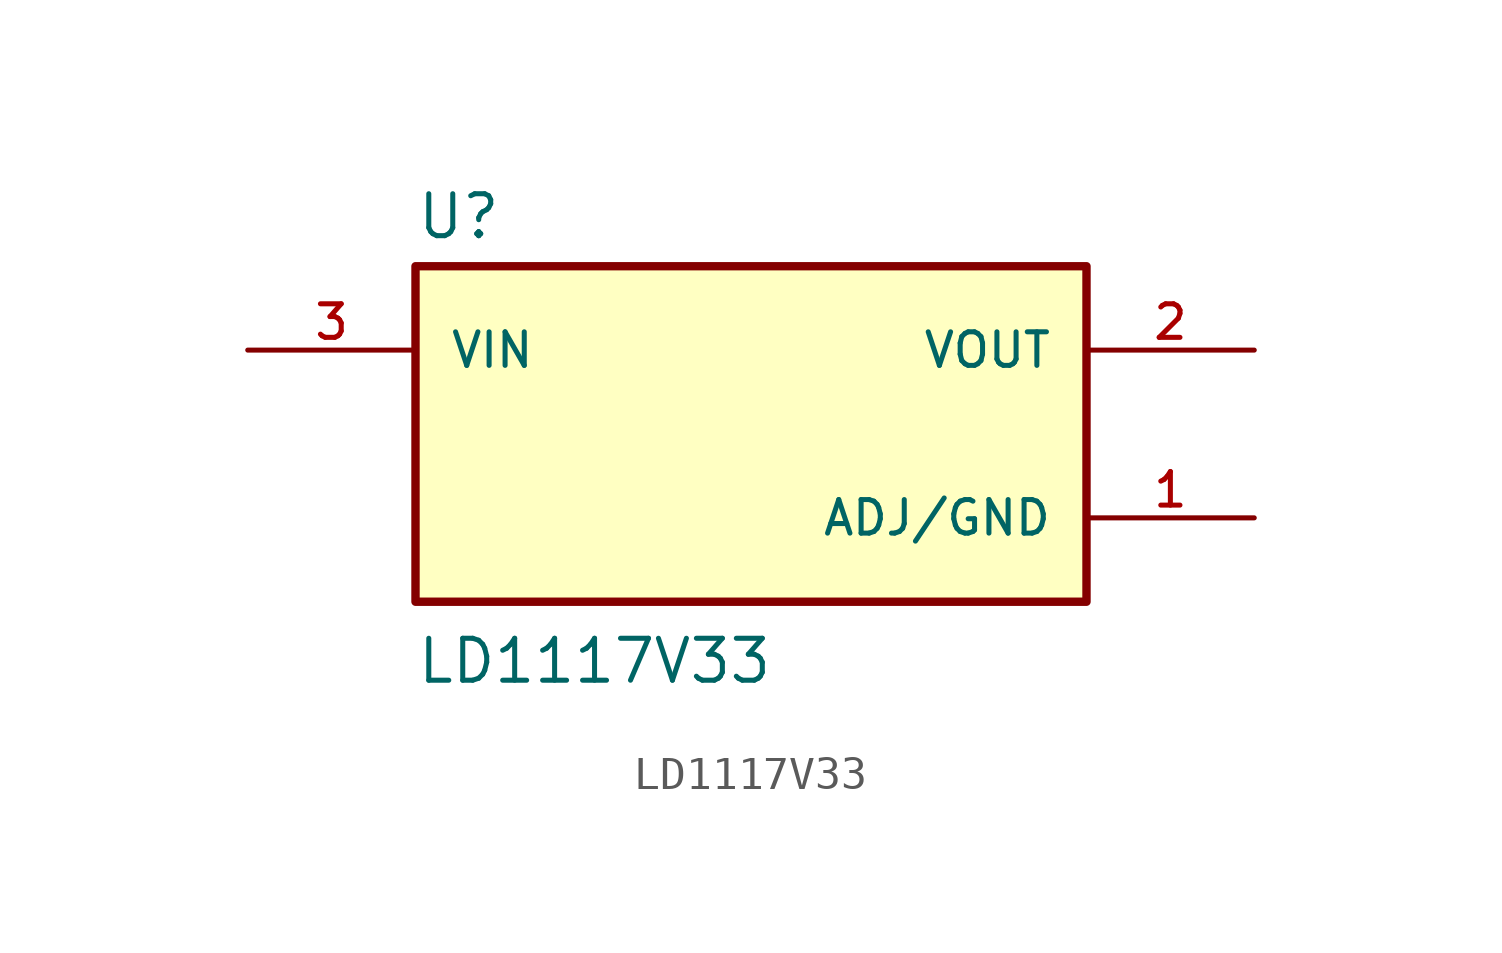
<source format=kicad_sym>
(kicad_symbol_lib
  (version 20231120)
  (generator "kicad_symbol_editor")
  (generator_version "8.0")
  (symbol "LD1117V33"
    (pin_names
      (offset 1.016))
    (property "Reference" "U"
      (at -10.16 5.842 0)
      (effects (font (size 1.27 1.27)) (justify left bottom)))
    (property "Value" "LD1117V33"
      (at -10.16 -7.62 0)
      (effects (font (size 1.27 1.27)) (justify left bottom)))
    (symbol "LD1117V33_0_0"
      (rectangle (start -10.16 -5.08) (end 10.16 5.08) (stroke (width 0.254) (type default)) (fill (type background)))
      (pin passive line (at 15.24 -2.54 180) (length 5.08) (name "ADJ/GND" (effects (font (size 1.016 1.016)))) (number "1" (effects (font (size 1.016 1.016)))))
      (pin output line (at 15.24 2.54 180) (length 5.08) (name "VOUT" (effects (font (size 1.016 1.016)))) (number "2" (effects (font (size 1.016 1.016)))))
      (pin input line (at -15.24 2.54 0) (length 5.08) (name "VIN" (effects (font (size 1.016 1.016)))) (number "3" (effects (font (size 1.016 1.016))))))))
</source>
